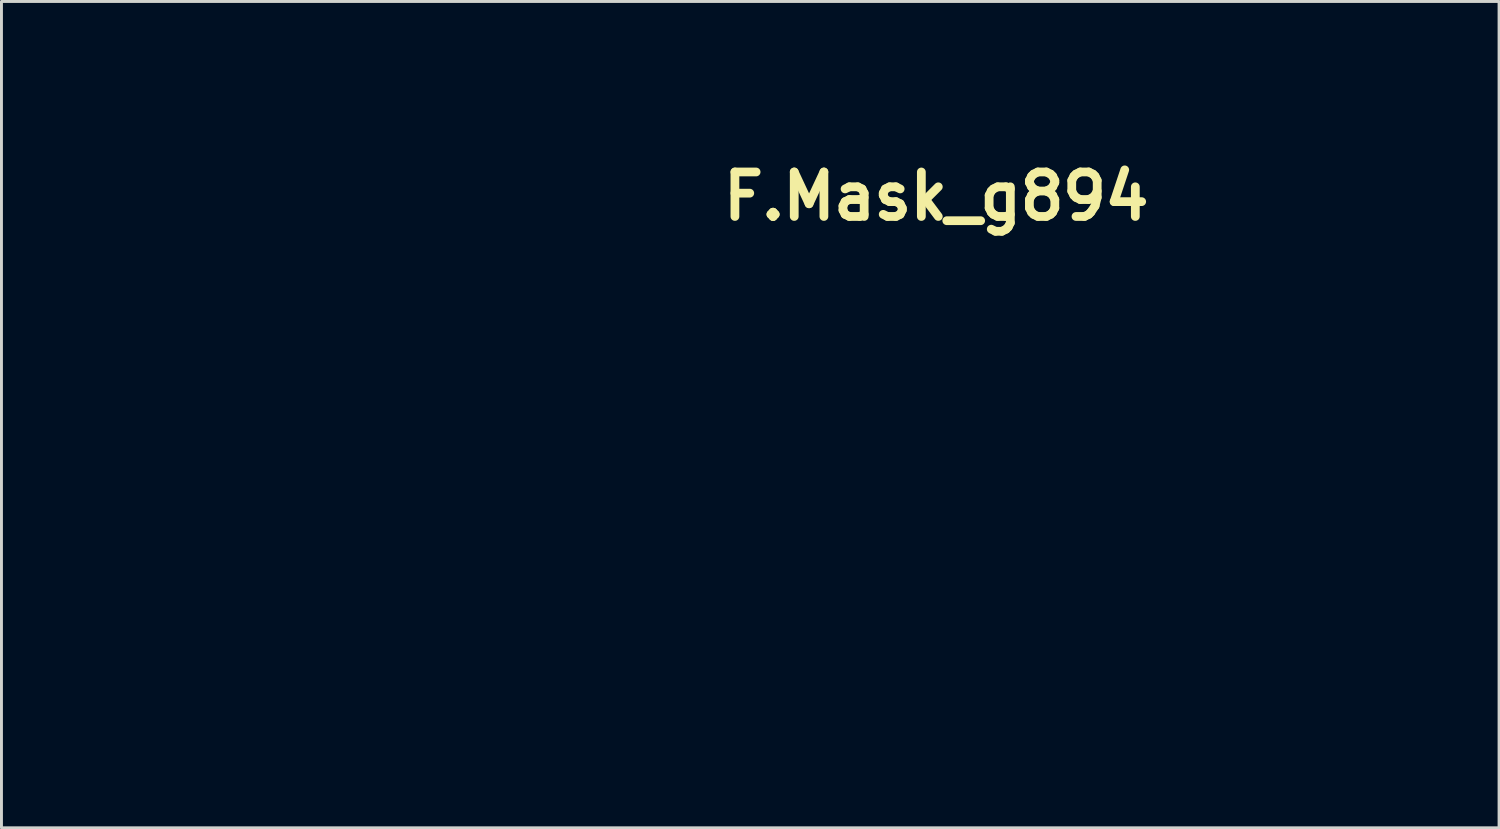
<source format=kicad_pcb>
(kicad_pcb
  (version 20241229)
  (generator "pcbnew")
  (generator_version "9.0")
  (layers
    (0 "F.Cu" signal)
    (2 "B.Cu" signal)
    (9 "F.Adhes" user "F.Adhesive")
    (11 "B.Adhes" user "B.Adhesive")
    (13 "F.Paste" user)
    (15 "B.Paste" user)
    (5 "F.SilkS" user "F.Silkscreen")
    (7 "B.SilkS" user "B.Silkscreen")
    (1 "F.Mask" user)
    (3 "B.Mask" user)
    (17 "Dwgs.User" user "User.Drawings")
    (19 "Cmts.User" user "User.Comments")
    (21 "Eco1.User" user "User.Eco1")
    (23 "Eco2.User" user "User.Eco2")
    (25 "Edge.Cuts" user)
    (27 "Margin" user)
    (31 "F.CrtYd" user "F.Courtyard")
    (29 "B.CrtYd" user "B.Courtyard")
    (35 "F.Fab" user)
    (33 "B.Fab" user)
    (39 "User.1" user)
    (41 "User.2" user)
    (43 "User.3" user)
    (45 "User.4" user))
  (footprint "F.Mask_g894"
    (layer "F.Cu")
    (at 29.02 3.676)
    (property "Reference" "F.Mask_g894" (at 0 0 0) (layer "F.SilkS") (effects (font (size 1.524 1.524) (thickness 0.3))))
    (attr through_hole)
    (fp_poly (pts (xy -26.076 -3.669) (xy -26.062 -3.647) (xy -26.03 -3.592) (xy -25.982 -3.508) (xy -25.921 -3.399) (xy -25.848 -3.27) (xy -25.767 -3.124) (xy -25.679 -2.965) (xy -25.655 -2.921) (xy -25.251 -2.191) (xy -25.318 -2.134) (xy -25.429 -2.056) (xy -25.564 -1.986) (xy -25.706 -1.933) (xy -25.775 -1.915) (xy -25.86 -1.898) (xy -25.919 -1.889) (xy -25.968 -1.889) (xy -26.025 -1.897) (xy -26.075 -1.907) (xy -26.157 -1.932) (xy -26.247 -1.976) (xy -26.337 -2.032) (xy -26.42 -2.095) (xy -26.49 -2.159) (xy -26.538 -2.219) (xy -26.558 -2.268) (xy -26.556 -2.282) (xy -26.549 -2.322) (xy -26.539 -2.387) (xy -26.533 -2.445) (xy -26.505 -2.631) (xy -26.462 -2.831) (xy -26.408 -3.032) (xy -26.346 -3.22) (xy -26.28 -3.384) (xy -26.258 -3.429) (xy -26.207 -3.522) (xy -26.159 -3.598) (xy -26.117 -3.649) (xy -26.086 -3.671) (xy -26.076 -3.669)) (stroke (width 0.01) (type solid)) (fill yes) (layer "F.Mask"))
    (fp_poly (pts (xy -15.52 -2.31) (xy -15.493 -2.261) (xy -15.457 -2.189) (xy -15.416 -2.102) (xy -15.373 -2.007) (xy -15.333 -1.914) (xy -15.299 -1.829) (xy -15.28 -1.778) (xy -15.247 -1.651) (xy -15.23 -1.509) (xy -15.227 -1.364) (xy -15.241 -1.23) (xy -15.269 -1.119) (xy -15.282 -1.09) (xy -15.37 -0.953) (xy -15.493 -0.83) (xy -15.653 -0.72) (xy -15.852 -0.622) (xy -16.043 -0.55) (xy -16.17 -0.514) (xy -16.291 -0.492) (xy -16.398 -0.485) (xy -16.482 -0.493) (xy -16.536 -0.516) (xy -16.539 -0.519) (xy -16.569 -0.568) (xy -16.598 -0.651) (xy -16.625 -0.758) (xy -16.647 -0.881) (xy -16.664 -1.011) (xy -16.674 -1.139) (xy -16.675 -1.253) (xy -16.669 -1.429) (xy -16.108 -1.878) (xy -15.975 -1.984) (xy -15.852 -2.081) (xy -15.744 -2.166) (xy -15.655 -2.237) (xy -15.587 -2.289) (xy -15.546 -2.32) (xy -15.534 -2.327) (xy -15.52 -2.31)) (stroke (width 0.01) (type solid)) (fill yes) (layer "F.Mask"))
    (fp_poly (pts (xy 4.755 0.415) (xy 4.906 0.703) (xy 5.064 1.011) (xy 5.226 1.333) (xy 5.39 1.661) (xy 5.55 1.989) (xy 5.706 2.311) (xy 5.852 2.62) (xy 5.987 2.91) (xy 6.106 3.174) (xy 6.183 3.347) (xy 6.308 3.638) (xy 6.189 3.846) (xy 5.953 4.227) (xy 5.709 4.567) (xy 5.455 4.868) (xy 5.19 5.129) (xy 4.914 5.353) (xy 4.625 5.54) (xy 4.323 5.691) (xy 4.075 5.785) (xy 3.91 5.836) (xy 3.74 5.88) (xy 3.557 5.918) (xy 3.355 5.953) (xy 3.126 5.984) (xy 2.864 6.015) (xy 2.807 6.021) (xy 2.656 6.036) (xy 2.543 6.046) (xy 2.464 6.052) (xy 2.416 6.053) (xy 2.394 6.05) (xy 2.392 6.047) (xy 2.401 6.027) (xy 2.425 5.975) (xy 2.462 5.899) (xy 2.507 5.806) (xy 2.53 5.759) (xy 2.662 5.486) (xy 2.79 5.211) (xy 2.915 4.932) (xy 3.038 4.645) (xy 3.16 4.346) (xy 3.283 4.034) (xy 3.408 3.703) (xy 3.536 3.352) (xy 3.668 2.977) (xy 3.806 2.575) (xy 3.95 2.142) (xy 4.103 1.675) (xy 4.264 1.172) (xy 4.307 1.037) (xy 4.361 0.867) (xy 4.412 0.705) (xy 4.459 0.558) (xy 4.5 0.43) (xy 4.532 0.328) (xy 4.555 0.256) (xy 4.565 0.225) (xy 4.598 0.121) (xy 4.755 0.415)) (stroke (width 0.01) (type solid)) (fill yes) (layer "F.Mask"))
    (fp_poly (pts (xy -28.382 -0.298) (xy -28.223 -0.243) (xy -28.061 -0.15) (xy -27.9 -0.021) (xy -27.74 0.14) (xy -27.584 0.331) (xy -27.434 0.548) (xy -27.29 0.787) (xy -27.156 1.047) (xy -27.032 1.322) (xy -26.921 1.61) (xy -26.825 1.909) (xy -26.745 2.214) (xy -26.683 2.522) (xy -26.648 2.772) (xy -26.637 2.902) (xy -26.632 3.052) (xy -26.632 3.212) (xy -26.636 3.371) (xy -26.646 3.52) (xy -26.659 3.649) (xy -26.676 3.746) (xy -26.679 3.757) (xy -26.723 3.89) (xy -26.781 4.016) (xy -26.846 4.125) (xy -26.913 4.205) (xy -26.93 4.22) (xy -26.983 4.257) (xy -27.036 4.279) (xy -27.106 4.289) (xy -27.153 4.293) (xy -27.228 4.295) (xy -27.287 4.289) (xy -27.345 4.271) (xy -27.419 4.238) (xy -27.453 4.221) (xy -27.533 4.178) (xy -27.607 4.127) (xy -27.687 4.061) (xy -27.78 3.973) (xy -27.825 3.929) (xy -28.028 3.7) (xy -28.219 3.434) (xy -28.395 3.137) (xy -28.556 2.812) (xy -28.697 2.464) (xy -28.819 2.097) (xy -28.917 1.717) (xy -28.967 1.471) (xy -28.988 1.325) (xy -29.003 1.156) (xy -29.012 0.974) (xy -29.015 0.79) (xy -29.012 0.616) (xy -29.003 0.463) (xy -28.989 0.36) (xy -28.943 0.161) (xy -28.879 -0.005) (xy -28.798 -0.136) (xy -28.703 -0.231) (xy -28.594 -0.289) (xy -28.472 -0.308) (xy -28.382 -0.298)) (stroke (width 0.01) (type solid)) (fill yes) (layer "F.Mask"))
    (fp_poly (pts (xy -8.765 -0.721) (xy -8.442 -0.662) (xy -8.136 -0.565) (xy -7.846 -0.428) (xy -7.573 -0.253) (xy -7.318 -0.039) (xy -7.249 0.029) (xy -7.158 0.124) (xy -7.068 0.227) (xy -6.988 0.326) (xy -6.927 0.409) (xy -6.924 0.413) (xy -6.756 0.706) (xy -6.627 1.011) (xy -6.537 1.325) (xy -6.488 1.643) (xy -6.478 1.964) (xy -6.508 2.285) (xy -6.577 2.601) (xy -6.687 2.91) (xy -6.836 3.209) (xy -6.932 3.365) (xy -7.023 3.487) (xy -7.14 3.622) (xy -7.273 3.759) (xy -7.412 3.888) (xy -7.547 4.001) (xy -7.644 4.071) (xy -7.935 4.238) (xy -8.244 4.367) (xy -8.571 4.457) (xy -8.672 4.477) (xy -8.807 4.494) (xy -8.968 4.503) (xy -9.142 4.505) (xy -9.314 4.5) (xy -9.469 4.488) (xy -9.547 4.477) (xy -9.862 4.403) (xy -10.164 4.291) (xy -10.45 4.142) (xy -10.715 3.961) (xy -10.956 3.75) (xy -11.171 3.511) (xy -11.355 3.247) (xy -11.506 2.962) (xy -11.544 2.873) (xy -11.648 2.561) (xy -11.711 2.246) (xy -11.736 1.93) (xy -11.723 1.617) (xy -11.673 1.309) (xy -11.588 1.011) (xy -11.468 0.725) (xy -11.316 0.454) (xy -11.132 0.203) (xy -10.917 -0.026) (xy -10.672 -0.23) (xy -10.4 -0.405) (xy -10.327 -0.444) (xy -10.04 -0.574) (xy -9.755 -0.665) (xy -9.461 -0.72) (xy -9.15 -0.74) (xy -9.104 -0.741) (xy -8.765 -0.721)) (stroke (width 0.01) (type solid)) (fill yes) (layer "F.Mask"))
    (fp_poly (pts (xy 7.669 7.441) (xy 7.717 7.592) (xy 7.765 7.751) (xy 7.815 7.922) (xy 7.869 8.11) (xy 7.926 8.319) (xy 7.989 8.554) (xy 8.058 8.818) (xy 8.136 9.118) (xy 8.179 9.285) (xy 8.231 9.487) (xy 8.282 9.684) (xy 8.33 9.869) (xy 8.375 10.039) (xy 8.414 10.187) (xy 8.447 10.308) (xy 8.471 10.397) (xy 8.483 10.439) (xy 8.544 10.643) (xy 8.373 10.77) (xy 8.071 10.977) (xy 7.777 11.144) (xy 7.486 11.273) (xy 7.196 11.365) (xy 6.902 11.42) (xy 6.6 11.441) (xy 6.287 11.428) (xy 6.172 11.415) (xy 6.039 11.396) (xy 5.91 11.374) (xy 5.868 11.366) (xy 5.779 11.347) (xy 5.673 11.321) (xy 5.561 11.292) (xy 5.449 11.261) (xy 5.346 11.231) (xy 5.261 11.205) (xy 5.2 11.183) (xy 5.173 11.17) (xy 5.179 11.148) (xy 5.208 11.095) (xy 5.256 11.014) (xy 5.322 10.91) (xy 5.402 10.785) (xy 5.496 10.644) (xy 5.6 10.49) (xy 5.711 10.326) (xy 5.828 10.157) (xy 5.949 9.985) (xy 6.069 9.814) (xy 6.189 9.647) (xy 6.274 9.53) (xy 6.468 9.263) (xy 6.638 9.026) (xy 6.787 8.815) (xy 6.916 8.627) (xy 7.027 8.457) (xy 7.123 8.302) (xy 7.207 8.159) (xy 7.279 8.023) (xy 7.342 7.891) (xy 7.399 7.76) (xy 7.452 7.625) (xy 7.502 7.484) (xy 7.52 7.431) (xy 7.594 7.21) (xy 7.669 7.441)) (stroke (width 0.01) (type solid)) (fill yes) (layer "F.Mask"))
    (fp_poly (pts (xy 10.663 8.859) (xy 10.703 8.865) (xy 10.777 8.875) (xy 10.876 8.887) (xy 10.991 8.902) (xy 11.07 8.911) (xy 11.223 8.93) (xy 11.339 8.944) (xy 11.424 8.956) (xy 11.483 8.967) (xy 11.521 8.977) (xy 11.544 8.989) (xy 11.557 9.003) (xy 11.566 9.022) (xy 11.57 9.035) (xy 11.581 9.049) (xy 11.607 9.073) (xy 11.65 9.108) (xy 11.711 9.156) (xy 11.792 9.217) (xy 11.893 9.292) (xy 12.017 9.382) (xy 12.165 9.489) (xy 12.338 9.612) (xy 12.537 9.754) (xy 12.765 9.915) (xy 13.021 10.097) (xy 13.309 10.299) (xy 13.629 10.524) (xy 13.935 10.74) (xy 14.217 10.938) (xy 14.489 11.129) (xy 14.75 11.313) (xy 14.997 11.487) (xy 15.228 11.65) (xy 15.441 11.801) (xy 15.635 11.939) (xy 15.807 12.061) (xy 15.955 12.166) (xy 16.078 12.254) (xy 16.173 12.323) (xy 16.239 12.37) (xy 16.272 12.396) (xy 16.277 12.4) (xy 16.259 12.412) (xy 16.207 12.445) (xy 16.122 12.497) (xy 16.008 12.568) (xy 15.865 12.655) (xy 15.695 12.758) (xy 15.502 12.876) (xy 15.286 13.006) (xy 15.05 13.149) (xy 14.796 13.303) (xy 14.525 13.466) (xy 14.241 13.637) (xy 13.944 13.816) (xy 13.637 14.001) (xy 13.617 14.012) (xy 13.308 14.198) (xy 13.008 14.379) (xy 12.719 14.553) (xy 12.443 14.719) (xy 12.183 14.876) (xy 11.94 15.022) (xy 11.717 15.157) (xy 11.515 15.279) (xy 11.337 15.387) (xy 11.185 15.479) (xy 11.061 15.555) (xy 10.967 15.612) (xy 10.905 15.651) (xy 10.877 15.669) (xy 10.877 15.669) (xy 10.824 15.712) (xy 10.8 15.753) (xy 10.795 15.799) (xy 10.797 15.816) (xy 10.803 15.835) (xy 10.816 15.859) (xy 10.839 15.889) (xy 10.874 15.929) (xy 10.923 15.981) (xy 10.989 16.048) (xy 11.074 16.131) (xy 11.181 16.233) (xy 11.312 16.358) (xy 11.469 16.506) (xy 11.631 16.66) (xy 11.788 16.809) (xy 11.935 16.949) (xy 12.069 17.077) (xy 12.187 17.192) (xy 12.287 17.29) (xy 12.366 17.369) (xy 12.42 17.426) (xy 12.448 17.458) (xy 12.452 17.464) (xy 12.43 17.475) (xy 12.373 17.501) (xy 12.286 17.54) (xy 12.171 17.591) (xy 12.032 17.651) (xy 11.874 17.721) (xy 11.701 17.796) (xy 11.515 17.877) (xy 11.322 17.961) (xy 11.125 18.047) (xy 10.927 18.133) (xy 10.733 18.217) (xy 10.546 18.297) (xy 10.371 18.373) (xy 10.211 18.442) (xy 10.07 18.502) (xy 9.952 18.553) (xy 9.861 18.591) (xy 9.8 18.616) (xy 9.774 18.627) (xy 9.773 18.627) (xy 9.76 18.609) (xy 9.758 18.59) (xy 9.761 18.553) (xy 9.77 18.486) (xy 9.782 18.401) (xy 9.788 18.362) (xy 9.84 17.952) (xy 9.869 17.516) (xy 9.875 17.053) (xy 9.858 16.561) (xy 9.818 16.038) (xy 9.755 15.482) (xy 9.724 15.256) (xy 9.707 15.133) (xy 9.693 15.024) (xy 9.683 14.935) (xy 9.677 14.874) (xy 9.677 14.85) (xy 9.693 14.831) (xy 9.739 14.787) (xy 9.812 14.718) (xy 9.908 14.628) (xy 10.028 14.518) (xy 10.166 14.391) (xy 10.322 14.249) (xy 10.493 14.094) (xy 10.677 13.928) (xy 10.871 13.754) (xy 10.953 13.68) (xy 11.151 13.502) (xy 11.34 13.331) (xy 11.519 13.17) (xy 11.683 13.02) (xy 11.832 12.884) (xy 11.962 12.764) (xy 12.071 12.663) (xy 12.157 12.583) (xy 12.217 12.525) (xy 12.248 12.492) (xy 12.253 12.487) (xy 12.271 12.442) (xy 12.266 12.4) (xy 12.253 12.372) (xy 12.245 12.359) (xy 12.23 12.345) (xy 12.206 12.328) (xy 12.171 12.307) (xy 12.121 12.282) (xy 12.054 12.25) (xy 11.967 12.21) (xy 11.858 12.162) (xy 11.724 12.104) (xy 11.563 12.035) (xy 11.372 11.954) (xy 11.147 11.86) (xy 10.888 11.751) (xy 10.776 11.704) (xy 10.541 11.606) (xy 10.317 11.512) (xy 10.108 11.424) (xy 9.915 11.342) (xy 9.744 11.27) (xy 9.595 11.207) (xy 9.473 11.155) (xy 9.381 11.115) (xy 9.322 11.089) (xy 9.299 11.079) (xy 9.287 11.055) (xy 9.265 10.998) (xy 9.235 10.915) (xy 9.2 10.812) (xy 9.163 10.695) (xy 9.124 10.572) (xy 9.086 10.45) (xy 9.051 10.335) (xy 9.022 10.233) (xy 9 10.152) (xy 8.987 10.098) (xy 8.986 10.079) (xy 9.008 10.079) (xy 9.066 10.084) (xy 9.153 10.094) (xy 9.262 10.108) (xy 9.388 10.124) (xy 9.41 10.127) (xy 9.537 10.144) (xy 9.649 10.158) (xy 9.74 10.169) (xy 9.802 10.176) (xy 9.83 10.177) (xy 9.831 10.177) (xy 9.831 10.155) (xy 9.826 10.097) (xy 9.817 10.011) (xy 9.806 9.902) (xy 9.792 9.777) (xy 9.791 9.763) (xy 9.774 9.602) (xy 9.764 9.48) (xy 9.76 9.4) (xy 9.764 9.36) (xy 9.767 9.356) (xy 9.795 9.358) (xy 9.857 9.363) (xy 9.947 9.37) (xy 10.056 9.38) (xy 10.149 9.388) (xy 10.272 9.398) (xy 10.382 9.407) (xy 10.472 9.414) (xy 10.534 9.418) (xy 10.557 9.419) (xy 10.576 9.418) (xy 10.589 9.409) (xy 10.597 9.387) (xy 10.602 9.344) (xy 10.604 9.274) (xy 10.604 9.17) (xy 10.604 9.134) (xy 10.604 8.849) (xy 10.663 8.859)) (stroke (width 0.01) (type solid)) (fill yes) (layer "F.Mask")))
  (gr_rect
    (start -3 -3)
    (end 48.302 25.308)
    (stroke (width 0.1) (type default))
    (fill no)
    (layer "Edge.Cuts")))
</source>
